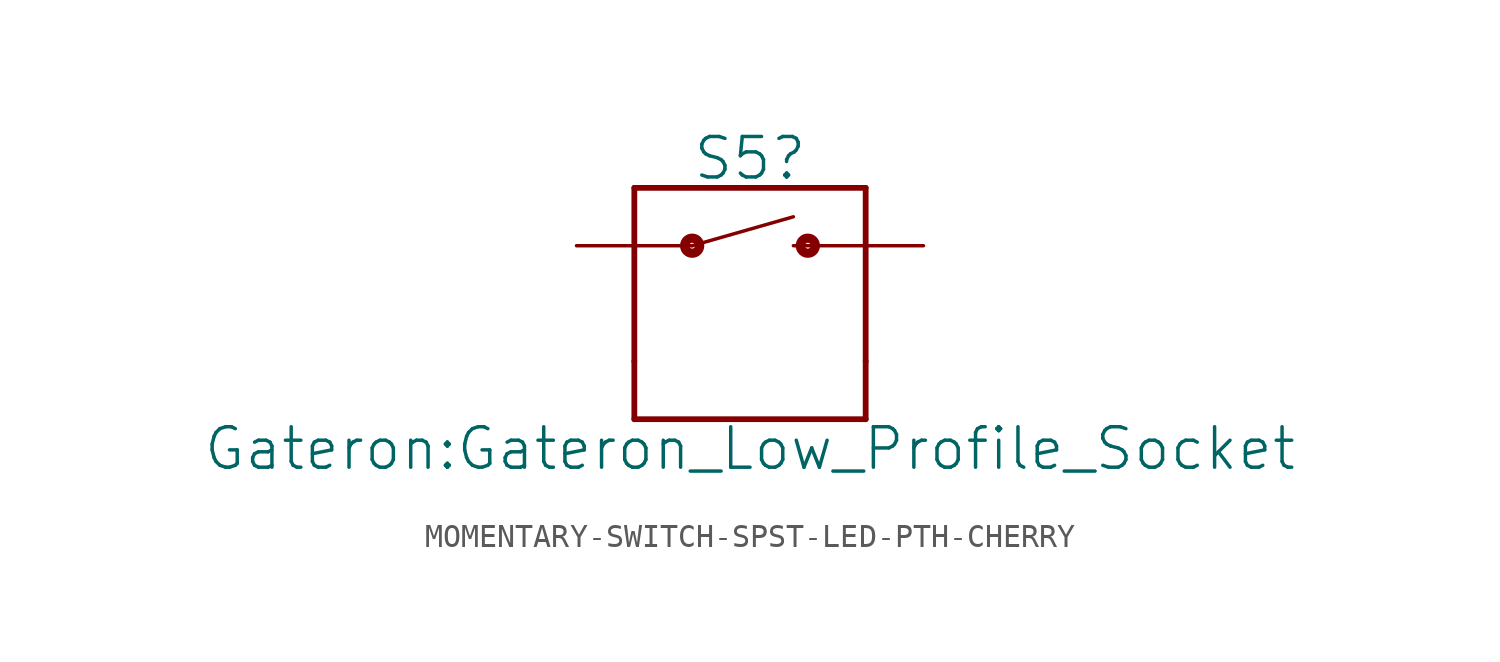
<source format=kicad_sym>
(kicad_symbol_lib
  (version 20241209)
  (generator "kicad_symbol_editor")
  (generator_version "9.0")
  (symbol "MOMENTARY-SWITCH-SPST-LED-PTH-CHERRY"
    (property "Reference" "S5"
      (at 0 5.334 0)
      (effects (font (size 1.778 1.778)) (justify bottom)))
    (property "Value" "Gateron:Gateron_Low_Profile_Socket"
      (at 0 -5.334 0)
      (effects (font (size 1.778 1.778)) (justify top)))
    (property "Description" ""
      (at 0 0 0)
      (effects (font (size 1.27 1.27))))
    (property "ki_locked" ""
      (at 0 0 0)
      (effects (font (size 1.27 1.27))))
    (symbol "MOMENTARY-SWITCH-SPST-LED-PTH-CHERRY_1_0"
      (polyline (pts (xy -5.08 5.08) (xy -5.08 2.54)) (stroke (width 0.254) (type default)) (fill (type none)))
      (polyline (pts (xy -5.08 2.54) (xy -5.08 -2.54)) (stroke (width 0.254) (type default)) (fill (type none)))
      (polyline (pts (xy -5.08 2.54) (xy -2.54 2.54)) (stroke (width 0.152) (type default)) (fill (type none)))
      (polyline (pts (xy -5.08 -2.54) (xy -5.08 -5.08)) (stroke (width 0.254) (type default)) (fill (type none)))
      (polyline (pts (xy -5.08 -5.08) (xy 5.08 -5.08)) (stroke (width 0.254) (type default)) (fill (type none)))
      (circle (center -2.54 2.54) (radius 0.127) (stroke (width 0.406) (type default)) (fill (type none)))
      (polyline (pts (xy -2.54 2.54) (xy 1.905 3.81)) (stroke (width 0.152) (type default)) (fill (type none)))
      (polyline (pts (xy 1.905 2.54) (xy 5.08 2.54)) (stroke (width 0.152) (type default)) (fill (type none)))
      (circle (center 2.54 2.54) (radius 0.127) (stroke (width 0.406) (type default)) (fill (type none)))
      (polyline (pts (xy 5.08 5.08) (xy -5.08 5.08)) (stroke (width 0.254) (type default)) (fill (type none)))
      (polyline (pts (xy 5.08 2.54) (xy 5.08 5.08)) (stroke (width 0.254) (type default)) (fill (type none)))
      (polyline (pts (xy 5.08 -2.54) (xy 5.08 2.54)) (stroke (width 0.254) (type default)) (fill (type none)))
      (polyline (pts (xy 5.08 -5.08) (xy 5.08 -2.54)) (stroke (width 0.254) (type default)) (fill (type none)))
      (pin passive line (at -7.62 2.54 0) (length 2.54) (name "1" (effects (font (size 0 0)))) (number "S1" (effects (font (size 0 0)))))
      (pin passive line (at 7.62 2.54 180) (length 2.54) (name "2" (effects (font (size 0 0)))) (number "S2" (effects (font (size 0 0))))))))
</source>
